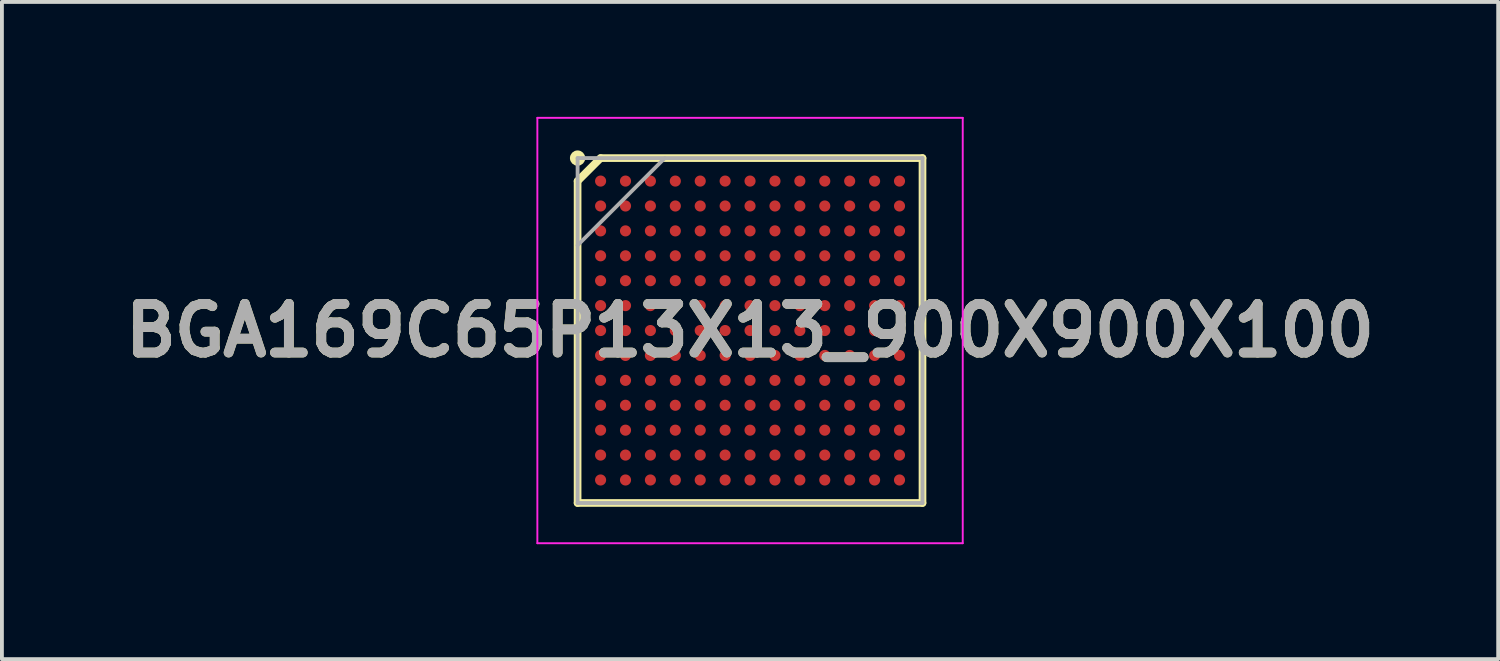
<source format=kicad_pcb>
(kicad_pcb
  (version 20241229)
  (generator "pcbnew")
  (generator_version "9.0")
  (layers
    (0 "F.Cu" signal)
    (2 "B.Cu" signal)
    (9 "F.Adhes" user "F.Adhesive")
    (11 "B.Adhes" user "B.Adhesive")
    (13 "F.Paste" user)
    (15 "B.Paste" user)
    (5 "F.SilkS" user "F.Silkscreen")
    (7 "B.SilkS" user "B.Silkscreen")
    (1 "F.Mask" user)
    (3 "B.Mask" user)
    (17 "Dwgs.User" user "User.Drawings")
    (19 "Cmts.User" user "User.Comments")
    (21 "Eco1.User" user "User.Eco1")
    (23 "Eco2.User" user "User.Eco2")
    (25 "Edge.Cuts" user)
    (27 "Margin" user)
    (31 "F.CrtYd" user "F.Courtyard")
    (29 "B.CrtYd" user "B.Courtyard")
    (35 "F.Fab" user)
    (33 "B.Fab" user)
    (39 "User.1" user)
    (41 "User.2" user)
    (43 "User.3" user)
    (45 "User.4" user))
  (footprint "BGA169C65P13X13_900X900X100"
    (layer "F.Cu")
    (at 16.522 5.575)
    (property "Reference" "BGA169C65P13X13_900X900X100" (at 0 0 0) (layer "F.SilkS") (effects (font (size 1.27 1.27) (thickness 0.254))))
    (attr smd)
    (fp_line (start -4.5 -3.9) (end -3.9 -4.5) (stroke (width 0.2) (type solid)) (layer "F.SilkS"))
    (fp_line (start -4.5 4.5) (end -4.5 -3.9) (stroke (width 0.2) (type solid)) (layer "F.SilkS"))
    (fp_line (start -3.9 -4.5) (end 4.5 -4.5) (stroke (width 0.2) (type solid)) (layer "F.SilkS"))
    (fp_line (start 4.5 -4.5) (end 4.5 4.5) (stroke (width 0.2) (type solid)) (layer "F.SilkS"))
    (fp_line (start 4.5 4.5) (end -4.5 4.5) (stroke (width 0.2) (type solid)) (layer "F.SilkS"))
    (fp_circle (center -4.5 -4.5) (end -4.5 -4.4) (stroke (width 0.2) (type solid)) (fill no) (layer "F.SilkS"))
    (fp_line (start -5.55 -5.55) (end 5.55 -5.55) (stroke (width 0.05) (type solid)) (layer "F.CrtYd"))
    (fp_line (start -5.55 5.55) (end -5.55 -5.55) (stroke (width 0.05) (type solid)) (layer "F.CrtYd"))
    (fp_line (start 5.55 -5.55) (end 5.55 5.55) (stroke (width 0.05) (type solid)) (layer "F.CrtYd"))
    (fp_line (start 5.55 5.55) (end -5.55 5.55) (stroke (width 0.05) (type solid)) (layer "F.CrtYd"))
    (fp_line (start -4.5 -4.5) (end 4.5 -4.5) (stroke (width 0.1) (type solid)) (layer "F.Fab"))
    (fp_line (start -4.5 -2.225) (end -2.225 -4.5) (stroke (width 0.1) (type solid)) (layer "F.Fab"))
    (fp_line (start -4.5 4.5) (end -4.5 -4.5) (stroke (width 0.1) (type solid)) (layer "F.Fab"))
    (fp_line (start 4.5 -4.5) (end 4.5 4.5) (stroke (width 0.1) (type solid)) (layer "F.Fab"))
    (fp_line (start 4.5 4.5) (end -4.5 4.5) (stroke (width 0.1) (type solid)) (layer "F.Fab"))
    (fp_text user "${REFERENCE}" (at 0 0 0) (layer "F.Fab") (effects (font (size 1.27 1.27) (thickness 0.254))))
    (pad "A1" smd circle (at -3.9 -3.9 90) (size 0.29 0.29) (layers "F.Cu" "F.Mask" "F.Paste"))
    (pad "A2" smd circle (at -3.25 -3.9 90) (size 0.29 0.29) (layers "F.Cu" "F.Mask" "F.Paste"))
    (pad "A3" smd circle (at -2.6 -3.9 90) (size 0.29 0.29) (layers "F.Cu" "F.Mask" "F.Paste"))
    (pad "A4" smd circle (at -1.95 -3.9 90) (size 0.29 0.29) (layers "F.Cu" "F.Mask" "F.Paste"))
    (pad "A5" smd circle (at -1.3 -3.9 90) (size 0.29 0.29) (layers "F.Cu" "F.Mask" "F.Paste"))
    (pad "A6" smd circle (at -0.65 -3.9 90) (size 0.29 0.29) (layers "F.Cu" "F.Mask" "F.Paste"))
    (pad "A7" smd circle (at 0 -3.9 90) (size 0.29 0.29) (layers "F.Cu" "F.Mask" "F.Paste"))
    (pad "A8" smd circle (at 0.65 -3.9 90) (size 0.29 0.29) (layers "F.Cu" "F.Mask" "F.Paste"))
    (pad "A9" smd circle (at 1.3 -3.9 90) (size 0.29 0.29) (layers "F.Cu" "F.Mask" "F.Paste"))
    (pad "A10" smd circle (at 1.95 -3.9 90) (size 0.29 0.29) (layers "F.Cu" "F.Mask" "F.Paste"))
    (pad "A11" smd circle (at 2.6 -3.9 90) (size 0.29 0.29) (layers "F.Cu" "F.Mask" "F.Paste"))
    (pad "A12" smd circle (at 3.25 -3.9 90) (size 0.29 0.29) (layers "F.Cu" "F.Mask" "F.Paste"))
    (pad "A13" smd circle (at 3.9 -3.9 90) (size 0.29 0.29) (layers "F.Cu" "F.Mask" "F.Paste"))
    (pad "B1" smd circle (at -3.9 -3.25 90) (size 0.29 0.29) (layers "F.Cu" "F.Mask" "F.Paste"))
    (pad "B2" smd circle (at -3.25 -3.25 90) (size 0.29 0.29) (layers "F.Cu" "F.Mask" "F.Paste"))
    (pad "B3" smd circle (at -2.6 -3.25 90) (size 0.29 0.29) (layers "F.Cu" "F.Mask" "F.Paste"))
    (pad "B4" smd circle (at -1.95 -3.25 90) (size 0.29 0.29) (layers "F.Cu" "F.Mask" "F.Paste"))
    (pad "B5" smd circle (at -1.3 -3.25 90) (size 0.29 0.29) (layers "F.Cu" "F.Mask" "F.Paste"))
    (pad "B6" smd circle (at -0.65 -3.25 90) (size 0.29 0.29) (layers "F.Cu" "F.Mask" "F.Paste"))
    (pad "B7" smd circle (at 0 -3.25 90) (size 0.29 0.29) (layers "F.Cu" "F.Mask" "F.Paste"))
    (pad "B8" smd circle (at 0.65 -3.25 90) (size 0.29 0.29) (layers "F.Cu" "F.Mask" "F.Paste"))
    (pad "B9" smd circle (at 1.3 -3.25 90) (size 0.29 0.29) (layers "F.Cu" "F.Mask" "F.Paste"))
    (pad "B10" smd circle (at 1.95 -3.25 90) (size 0.29 0.29) (layers "F.Cu" "F.Mask" "F.Paste"))
    (pad "B11" smd circle (at 2.6 -3.25 90) (size 0.29 0.29) (layers "F.Cu" "F.Mask" "F.Paste"))
    (pad "B12" smd circle (at 3.25 -3.25 90) (size 0.29 0.29) (layers "F.Cu" "F.Mask" "F.Paste"))
    (pad "B13" smd circle (at 3.9 -3.25 90) (size 0.29 0.29) (layers "F.Cu" "F.Mask" "F.Paste"))
    (pad "C1" smd circle (at -3.9 -2.6 90) (size 0.29 0.29) (layers "F.Cu" "F.Mask" "F.Paste"))
    (pad "C2" smd circle (at -3.25 -2.6 90) (size 0.29 0.29) (layers "F.Cu" "F.Mask" "F.Paste"))
    (pad "C3" smd circle (at -2.6 -2.6 90) (size 0.29 0.29) (layers "F.Cu" "F.Mask" "F.Paste"))
    (pad "C4" smd circle (at -1.95 -2.6 90) (size 0.29 0.29) (layers "F.Cu" "F.Mask" "F.Paste"))
    (pad "C5" smd circle (at -1.3 -2.6 90) (size 0.29 0.29) (layers "F.Cu" "F.Mask" "F.Paste"))
    (pad "C6" smd circle (at -0.65 -2.6 90) (size 0.29 0.29) (layers "F.Cu" "F.Mask" "F.Paste"))
    (pad "C7" smd circle (at 0 -2.6 90) (size 0.29 0.29) (layers "F.Cu" "F.Mask" "F.Paste"))
    (pad "C8" smd circle (at 0.65 -2.6 90) (size 0.29 0.29) (layers "F.Cu" "F.Mask" "F.Paste"))
    (pad "C9" smd circle (at 1.3 -2.6 90) (size 0.29 0.29) (layers "F.Cu" "F.Mask" "F.Paste"))
    (pad "C10" smd circle (at 1.95 -2.6 90) (size 0.29 0.29) (layers "F.Cu" "F.Mask" "F.Paste"))
    (pad "C11" smd circle (at 2.6 -2.6 90) (size 0.29 0.29) (layers "F.Cu" "F.Mask" "F.Paste"))
    (pad "C12" smd circle (at 3.25 -2.6 90) (size 0.29 0.29) (layers "F.Cu" "F.Mask" "F.Paste"))
    (pad "C13" smd circle (at 3.9 -2.6 90) (size 0.29 0.29) (layers "F.Cu" "F.Mask" "F.Paste"))
    (pad "D1" smd circle (at -3.9 -1.95 90) (size 0.29 0.29) (layers "F.Cu" "F.Mask" "F.Paste"))
    (pad "D2" smd circle (at -3.25 -1.95 90) (size 0.29 0.29) (layers "F.Cu" "F.Mask" "F.Paste"))
    (pad "D3" smd circle (at -2.6 -1.95 90) (size 0.29 0.29) (layers "F.Cu" "F.Mask" "F.Paste"))
    (pad "D4" smd circle (at -1.95 -1.95 90) (size 0.29 0.29) (layers "F.Cu" "F.Mask" "F.Paste"))
    (pad "D5" smd circle (at -1.3 -1.95 90) (size 0.29 0.29) (layers "F.Cu" "F.Mask" "F.Paste"))
    (pad "D6" smd circle (at -0.65 -1.95 90) (size 0.29 0.29) (layers "F.Cu" "F.Mask" "F.Paste"))
    (pad "D7" smd circle (at 0 -1.95 90) (size 0.29 0.29) (layers "F.Cu" "F.Mask" "F.Paste"))
    (pad "D8" smd circle (at 0.65 -1.95 90) (size 0.29 0.29) (layers "F.Cu" "F.Mask" "F.Paste"))
    (pad "D9" smd circle (at 1.3 -1.95 90) (size 0.29 0.29) (layers "F.Cu" "F.Mask" "F.Paste"))
    (pad "D10" smd circle (at 1.95 -1.95 90) (size 0.29 0.29) (layers "F.Cu" "F.Mask" "F.Paste"))
    (pad "D11" smd circle (at 2.6 -1.95 90) (size 0.29 0.29) (layers "F.Cu" "F.Mask" "F.Paste"))
    (pad "D12" smd circle (at 3.25 -1.95 90) (size 0.29 0.29) (layers "F.Cu" "F.Mask" "F.Paste"))
    (pad "D13" smd circle (at 3.9 -1.95 90) (size 0.29 0.29) (layers "F.Cu" "F.Mask" "F.Paste"))
    (pad "E1" smd circle (at -3.9 -1.3 90) (size 0.29 0.29) (layers "F.Cu" "F.Mask" "F.Paste"))
    (pad "E2" smd circle (at -3.25 -1.3 90) (size 0.29 0.29) (layers "F.Cu" "F.Mask" "F.Paste"))
    (pad "E3" smd circle (at -2.6 -1.3 90) (size 0.29 0.29) (layers "F.Cu" "F.Mask" "F.Paste"))
    (pad "E4" smd circle (at -1.95 -1.3 90) (size 0.29 0.29) (layers "F.Cu" "F.Mask" "F.Paste"))
    (pad "E5" smd circle (at -1.3 -1.3 90) (size 0.29 0.29) (layers "F.Cu" "F.Mask" "F.Paste"))
    (pad "E6" smd circle (at -0.65 -1.3 90) (size 0.29 0.29) (layers "F.Cu" "F.Mask" "F.Paste"))
    (pad "E7" smd circle (at 0 -1.3 90) (size 0.29 0.29) (layers "F.Cu" "F.Mask" "F.Paste"))
    (pad "E8" smd circle (at 0.65 -1.3 90) (size 0.29 0.29) (layers "F.Cu" "F.Mask" "F.Paste"))
    (pad "E9" smd circle (at 1.3 -1.3 90) (size 0.29 0.29) (layers "F.Cu" "F.Mask" "F.Paste"))
    (pad "E10" smd circle (at 1.95 -1.3 90) (size 0.29 0.29) (layers "F.Cu" "F.Mask" "F.Paste"))
    (pad "E11" smd circle (at 2.6 -1.3 90) (size 0.29 0.29) (layers "F.Cu" "F.Mask" "F.Paste"))
    (pad "E12" smd circle (at 3.25 -1.3 90) (size 0.29 0.29) (layers "F.Cu" "F.Mask" "F.Paste"))
    (pad "E13" smd circle (at 3.9 -1.3 90) (size 0.29 0.29) (layers "F.Cu" "F.Mask" "F.Paste"))
    (pad "F1" smd circle (at -3.9 -0.65 90) (size 0.29 0.29) (layers "F.Cu" "F.Mask" "F.Paste"))
    (pad "F2" smd circle (at -3.25 -0.65 90) (size 0.29 0.29) (layers "F.Cu" "F.Mask" "F.Paste"))
    (pad "F3" smd circle (at -2.6 -0.65 90) (size 0.29 0.29) (layers "F.Cu" "F.Mask" "F.Paste"))
    (pad "F4" smd circle (at -1.95 -0.65 90) (size 0.29 0.29) (layers "F.Cu" "F.Mask" "F.Paste"))
    (pad "F5" smd circle (at -1.3 -0.65 90) (size 0.29 0.29) (layers "F.Cu" "F.Mask" "F.Paste"))
    (pad "F6" smd circle (at -0.65 -0.65 90) (size 0.29 0.29) (layers "F.Cu" "F.Mask" "F.Paste"))
    (pad "F7" smd circle (at 0 -0.65 90) (size 0.29 0.29) (layers "F.Cu" "F.Mask" "F.Paste"))
    (pad "F8" smd circle (at 0.65 -0.65 90) (size 0.29 0.29) (layers "F.Cu" "F.Mask" "F.Paste"))
    (pad "F9" smd circle (at 1.3 -0.65 90) (size 0.29 0.29) (layers "F.Cu" "F.Mask" "F.Paste"))
    (pad "F10" smd circle (at 1.95 -0.65 90) (size 0.29 0.29) (layers "F.Cu" "F.Mask" "F.Paste"))
    (pad "F11" smd circle (at 2.6 -0.65 90) (size 0.29 0.29) (layers "F.Cu" "F.Mask" "F.Paste"))
    (pad "F12" smd circle (at 3.25 -0.65 90) (size 0.29 0.29) (layers "F.Cu" "F.Mask" "F.Paste"))
    (pad "F13" smd circle (at 3.9 -0.65 90) (size 0.29 0.29) (layers "F.Cu" "F.Mask" "F.Paste"))
    (pad "G1" smd circle (at -3.9 0 90) (size 0.29 0.29) (layers "F.Cu" "F.Mask" "F.Paste"))
    (pad "G2" smd circle (at -3.25 0 90) (size 0.29 0.29) (layers "F.Cu" "F.Mask" "F.Paste"))
    (pad "G3" smd circle (at -2.6 0 90) (size 0.29 0.29) (layers "F.Cu" "F.Mask" "F.Paste"))
    (pad "G4" smd circle (at -1.95 0 90) (size 0.29 0.29) (layers "F.Cu" "F.Mask" "F.Paste"))
    (pad "G5" smd circle (at -1.3 0 90) (size 0.29 0.29) (layers "F.Cu" "F.Mask" "F.Paste"))
    (pad "G6" smd circle (at -0.65 0 90) (size 0.29 0.29) (layers "F.Cu" "F.Mask" "F.Paste"))
    (pad "G7" smd circle (at 0 0 90) (size 0.29 0.29) (layers "F.Cu" "F.Mask" "F.Paste"))
    (pad "G8" smd circle (at 0.65 0 90) (size 0.29 0.29) (layers "F.Cu" "F.Mask" "F.Paste"))
    (pad "G9" smd circle (at 1.3 0 90) (size 0.29 0.29) (layers "F.Cu" "F.Mask" "F.Paste"))
    (pad "G10" smd circle (at 1.95 0 90) (size 0.29 0.29) (layers "F.Cu" "F.Mask" "F.Paste"))
    (pad "G11" smd circle (at 2.6 0 90) (size 0.29 0.29) (layers "F.Cu" "F.Mask" "F.Paste"))
    (pad "G12" smd circle (at 3.25 0 90) (size 0.29 0.29) (layers "F.Cu" "F.Mask" "F.Paste"))
    (pad "G13" smd circle (at 3.9 0 90) (size 0.29 0.29) (layers "F.Cu" "F.Mask" "F.Paste"))
    (pad "H1" smd circle (at -3.9 0.65 90) (size 0.29 0.29) (layers "F.Cu" "F.Mask" "F.Paste"))
    (pad "H2" smd circle (at -3.25 0.65 90) (size 0.29 0.29) (layers "F.Cu" "F.Mask" "F.Paste"))
    (pad "H3" smd circle (at -2.6 0.65 90) (size 0.29 0.29) (layers "F.Cu" "F.Mask" "F.Paste"))
    (pad "H4" smd circle (at -1.95 0.65 90) (size 0.29 0.29) (layers "F.Cu" "F.Mask" "F.Paste"))
    (pad "H5" smd circle (at -1.3 0.65 90) (size 0.29 0.29) (layers "F.Cu" "F.Mask" "F.Paste"))
    (pad "H6" smd circle (at -0.65 0.65 90) (size 0.29 0.29) (layers "F.Cu" "F.Mask" "F.Paste"))
    (pad "H7" smd circle (at 0 0.65 90) (size 0.29 0.29) (layers "F.Cu" "F.Mask" "F.Paste"))
    (pad "H8" smd circle (at 0.65 0.65 90) (size 0.29 0.29) (layers "F.Cu" "F.Mask" "F.Paste"))
    (pad "H9" smd circle (at 1.3 0.65 90) (size 0.29 0.29) (layers "F.Cu" "F.Mask" "F.Paste"))
    (pad "H10" smd circle (at 1.95 0.65 90) (size 0.29 0.29) (layers "F.Cu" "F.Mask" "F.Paste"))
    (pad "H11" smd circle (at 2.6 0.65 90) (size 0.29 0.29) (layers "F.Cu" "F.Mask" "F.Paste"))
    (pad "H12" smd circle (at 3.25 0.65 90) (size 0.29 0.29) (layers "F.Cu" "F.Mask" "F.Paste"))
    (pad "H13" smd circle (at 3.9 0.65 90) (size 0.29 0.29) (layers "F.Cu" "F.Mask" "F.Paste"))
    (pad "J1" smd circle (at -3.9 1.3 90) (size 0.29 0.29) (layers "F.Cu" "F.Mask" "F.Paste"))
    (pad "J2" smd circle (at -3.25 1.3 90) (size 0.29 0.29) (layers "F.Cu" "F.Mask" "F.Paste"))
    (pad "J3" smd circle (at -2.6 1.3 90) (size 0.29 0.29) (layers "F.Cu" "F.Mask" "F.Paste"))
    (pad "J4" smd circle (at -1.95 1.3 90) (size 0.29 0.29) (layers "F.Cu" "F.Mask" "F.Paste"))
    (pad "J5" smd circle (at -1.3 1.3 90) (size 0.29 0.29) (layers "F.Cu" "F.Mask" "F.Paste"))
    (pad "J6" smd circle (at -0.65 1.3 90) (size 0.29 0.29) (layers "F.Cu" "F.Mask" "F.Paste"))
    (pad "J7" smd circle (at 0 1.3 90) (size 0.29 0.29) (layers "F.Cu" "F.Mask" "F.Paste"))
    (pad "J8" smd circle (at 0.65 1.3 90) (size 0.29 0.29) (layers "F.Cu" "F.Mask" "F.Paste"))
    (pad "J9" smd circle (at 1.3 1.3 90) (size 0.29 0.29) (layers "F.Cu" "F.Mask" "F.Paste"))
    (pad "J10" smd circle (at 1.95 1.3 90) (size 0.29 0.29) (layers "F.Cu" "F.Mask" "F.Paste"))
    (pad "J11" smd circle (at 2.6 1.3 90) (size 0.29 0.29) (layers "F.Cu" "F.Mask" "F.Paste"))
    (pad "J12" smd circle (at 3.25 1.3 90) (size 0.29 0.29) (layers "F.Cu" "F.Mask" "F.Paste"))
    (pad "J13" smd circle (at 3.9 1.3 90) (size 0.29 0.29) (layers "F.Cu" "F.Mask" "F.Paste"))
    (pad "K1" smd circle (at -3.9 1.95 90) (size 0.29 0.29) (layers "F.Cu" "F.Mask" "F.Paste"))
    (pad "K2" smd circle (at -3.25 1.95 90) (size 0.29 0.29) (layers "F.Cu" "F.Mask" "F.Paste"))
    (pad "K3" smd circle (at -2.6 1.95 90) (size 0.29 0.29) (layers "F.Cu" "F.Mask" "F.Paste"))
    (pad "K4" smd circle (at -1.95 1.95 90) (size 0.29 0.29) (layers "F.Cu" "F.Mask" "F.Paste"))
    (pad "K5" smd circle (at -1.3 1.95 90) (size 0.29 0.29) (layers "F.Cu" "F.Mask" "F.Paste"))
    (pad "K6" smd circle (at -0.65 1.95 90) (size 0.29 0.29) (layers "F.Cu" "F.Mask" "F.Paste"))
    (pad "K7" smd circle (at 0 1.95 90) (size 0.29 0.29) (layers "F.Cu" "F.Mask" "F.Paste"))
    (pad "K8" smd circle (at 0.65 1.95 90) (size 0.29 0.29) (layers "F.Cu" "F.Mask" "F.Paste"))
    (pad "K9" smd circle (at 1.3 1.95 90) (size 0.29 0.29) (layers "F.Cu" "F.Mask" "F.Paste"))
    (pad "K10" smd circle (at 1.95 1.95 90) (size 0.29 0.29) (layers "F.Cu" "F.Mask" "F.Paste"))
    (pad "K11" smd circle (at 2.6 1.95 90) (size 0.29 0.29) (layers "F.Cu" "F.Mask" "F.Paste"))
    (pad "K12" smd circle (at 3.25 1.95 90) (size 0.29 0.29) (layers "F.Cu" "F.Mask" "F.Paste"))
    (pad "K13" smd circle (at 3.9 1.95 90) (size 0.29 0.29) (layers "F.Cu" "F.Mask" "F.Paste"))
    (pad "L1" smd circle (at -3.9 2.6 90) (size 0.29 0.29) (layers "F.Cu" "F.Mask" "F.Paste"))
    (pad "L2" smd circle (at -3.25 2.6 90) (size 0.29 0.29) (layers "F.Cu" "F.Mask" "F.Paste"))
    (pad "L3" smd circle (at -2.6 2.6 90) (size 0.29 0.29) (layers "F.Cu" "F.Mask" "F.Paste"))
    (pad "L4" smd circle (at -1.95 2.6 90) (size 0.29 0.29) (layers "F.Cu" "F.Mask" "F.Paste"))
    (pad "L5" smd circle (at -1.3 2.6 90) (size 0.29 0.29) (layers "F.Cu" "F.Mask" "F.Paste"))
    (pad "L6" smd circle (at -0.65 2.6 90) (size 0.29 0.29) (layers "F.Cu" "F.Mask" "F.Paste"))
    (pad "L7" smd circle (at 0 2.6 90) (size 0.29 0.29) (layers "F.Cu" "F.Mask" "F.Paste"))
    (pad "L8" smd circle (at 0.65 2.6 90) (size 0.29 0.29) (layers "F.Cu" "F.Mask" "F.Paste"))
    (pad "L9" smd circle (at 1.3 2.6 90) (size 0.29 0.29) (layers "F.Cu" "F.Mask" "F.Paste"))
    (pad "L10" smd circle (at 1.95 2.6 90) (size 0.29 0.29) (layers "F.Cu" "F.Mask" "F.Paste"))
    (pad "L11" smd circle (at 2.6 2.6 90) (size 0.29 0.29) (layers "F.Cu" "F.Mask" "F.Paste"))
    (pad "L12" smd circle (at 3.25 2.6 90) (size 0.29 0.29) (layers "F.Cu" "F.Mask" "F.Paste"))
    (pad "L13" smd circle (at 3.9 2.6 90) (size 0.29 0.29) (layers "F.Cu" "F.Mask" "F.Paste"))
    (pad "M1" smd circle (at -3.9 3.25 90) (size 0.29 0.29) (layers "F.Cu" "F.Mask" "F.Paste"))
    (pad "M2" smd circle (at -3.25 3.25 90) (size 0.29 0.29) (layers "F.Cu" "F.Mask" "F.Paste"))
    (pad "M3" smd circle (at -2.6 3.25 90) (size 0.29 0.29) (layers "F.Cu" "F.Mask" "F.Paste"))
    (pad "M4" smd circle (at -1.95 3.25 90) (size 0.29 0.29) (layers "F.Cu" "F.Mask" "F.Paste"))
    (pad "M5" smd circle (at -1.3 3.25 90) (size 0.29 0.29) (layers "F.Cu" "F.Mask" "F.Paste"))
    (pad "M6" smd circle (at -0.65 3.25 90) (size 0.29 0.29) (layers "F.Cu" "F.Mask" "F.Paste"))
    (pad "M7" smd circle (at 0 3.25 90) (size 0.29 0.29) (layers "F.Cu" "F.Mask" "F.Paste"))
    (pad "M8" smd circle (at 0.65 3.25 90) (size 0.29 0.29) (layers "F.Cu" "F.Mask" "F.Paste"))
    (pad "M9" smd circle (at 1.3 3.25 90) (size 0.29 0.29) (layers "F.Cu" "F.Mask" "F.Paste"))
    (pad "M10" smd circle (at 1.95 3.25 90) (size 0.29 0.29) (layers "F.Cu" "F.Mask" "F.Paste"))
    (pad "M11" smd circle (at 2.6 3.25 90) (size 0.29 0.29) (layers "F.Cu" "F.Mask" "F.Paste"))
    (pad "M12" smd circle (at 3.25 3.25 90) (size 0.29 0.29) (layers "F.Cu" "F.Mask" "F.Paste"))
    (pad "M13" smd circle (at 3.9 3.25 90) (size 0.29 0.29) (layers "F.Cu" "F.Mask" "F.Paste"))
    (pad "N1" smd circle (at -3.9 3.9 90) (size 0.29 0.29) (layers "F.Cu" "F.Mask" "F.Paste"))
    (pad "N2" smd circle (at -3.25 3.9 90) (size 0.29 0.29) (layers "F.Cu" "F.Mask" "F.Paste"))
    (pad "N3" smd circle (at -2.6 3.9 90) (size 0.29 0.29) (layers "F.Cu" "F.Mask" "F.Paste"))
    (pad "N4" smd circle (at -1.95 3.9 90) (size 0.29 0.29) (layers "F.Cu" "F.Mask" "F.Paste"))
    (pad "N5" smd circle (at -1.3 3.9 90) (size 0.29 0.29) (layers "F.Cu" "F.Mask" "F.Paste"))
    (pad "N6" smd circle (at -0.65 3.9 90) (size 0.29 0.29) (layers "F.Cu" "F.Mask" "F.Paste"))
    (pad "N7" smd circle (at 0 3.9 90) (size 0.29 0.29) (layers "F.Cu" "F.Mask" "F.Paste"))
    (pad "N8" smd circle (at 0.65 3.9 90) (size 0.29 0.29) (layers "F.Cu" "F.Mask" "F.Paste"))
    (pad "N9" smd circle (at 1.3 3.9 90) (size 0.29 0.29) (layers "F.Cu" "F.Mask" "F.Paste"))
    (pad "N10" smd circle (at 1.95 3.9 90) (size 0.29 0.29) (layers "F.Cu" "F.Mask" "F.Paste"))
    (pad "N11" smd circle (at 2.6 3.9 90) (size 0.29 0.29) (layers "F.Cu" "F.Mask" "F.Paste"))
    (pad "N12" smd circle (at 3.25 3.9 90) (size 0.29 0.29) (layers "F.Cu" "F.Mask" "F.Paste"))
    (pad "N13" smd circle (at 3.9 3.9 90) (size 0.29 0.29) (layers "F.Cu" "F.Mask" "F.Paste")))
  (gr_rect
    (start -3 -3)
    (end 36.044 14.15)
    (stroke (width 0.1) (type default))
    (fill no)
    (layer "Edge.Cuts")))
</source>
